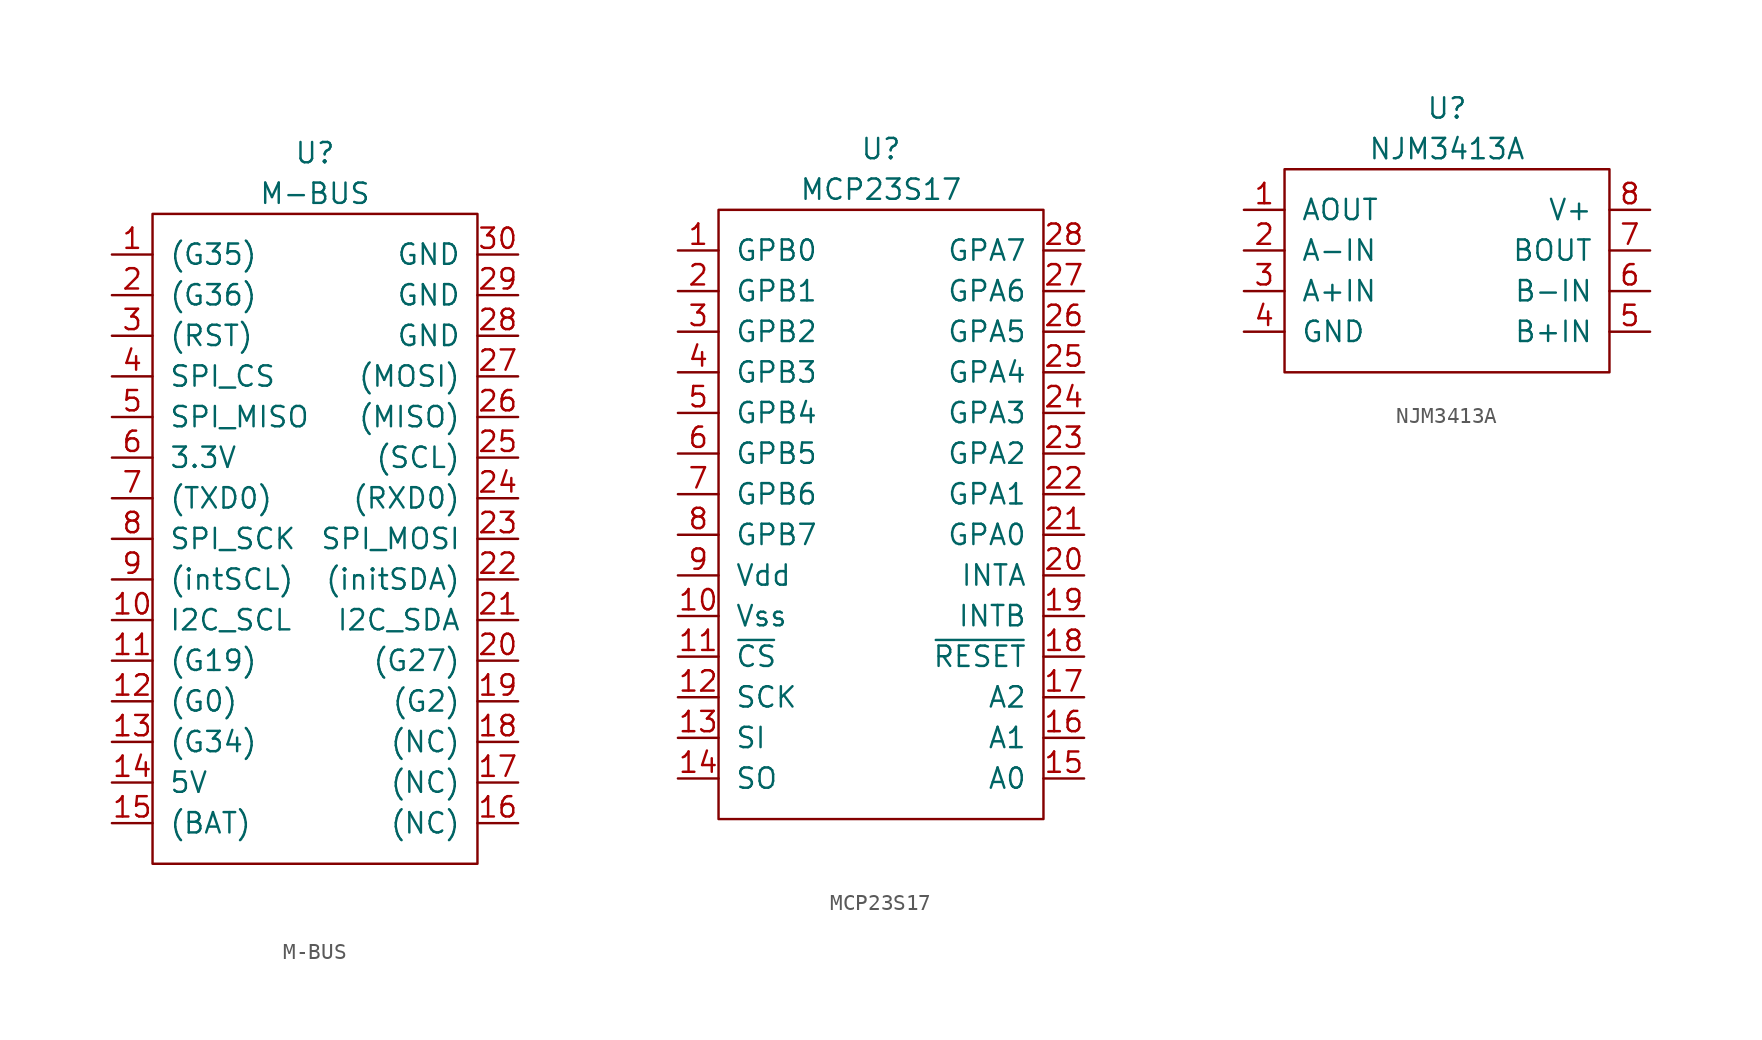
<source format=kicad_sym>
(kicad_symbol_lib
  (version 20211014)
  (generator kicad_symbol_editor)
  (symbol "M-BUS"
    (pin_names
      (offset 1.016))
    (property "Reference" "U"
      (at 0 22.86 0)
      (effects (font (size 1.27 1.27))))
    (property "Value" "M-BUS"
      (at 0 20.32 0)
      (effects (font (size 1.27 1.27))))
    (symbol "M-BUS_0_1"
      (rectangle (start -10.16 19.05) (end 10.16 -21.59) (stroke (width 0) (type default) (color 0 0 0 0)) (fill (type none))))
    (symbol "M-BUS_1_1"
      (pin output line (at -12.7 16.51 0) (length 2.54) (name "(G35)" (effects (font (size 1.27 1.27)))) (number "1" (effects (font (size 1.27 1.27)))))
      (pin output line (at -12.7 -6.35 0) (length 2.54) (name "I2C_SCL" (effects (font (size 1.27 1.27)))) (number "10" (effects (font (size 1.27 1.27)))))
      (pin output line (at -12.7 -8.89 0) (length 2.54) (name "(G19)" (effects (font (size 1.27 1.27)))) (number "11" (effects (font (size 1.27 1.27)))))
      (pin output line (at -12.7 -11.43 0) (length 2.54) (name "(G0)" (effects (font (size 1.27 1.27)))) (number "12" (effects (font (size 1.27 1.27)))))
      (pin output line (at -12.7 -13.97 0) (length 2.54) (name "(G34)" (effects (font (size 1.27 1.27)))) (number "13" (effects (font (size 1.27 1.27)))))
      (pin power_out line (at -12.7 -16.51 0) (length 2.54) (name "5V" (effects (font (size 1.27 1.27)))) (number "14" (effects (font (size 1.27 1.27)))))
      (pin power_out line (at -12.7 -19.05 0) (length 2.54) (name "(BAT)" (effects (font (size 1.27 1.27)))) (number "15" (effects (font (size 1.27 1.27)))))
      (pin output line (at 12.7 -19.05 180) (length 2.54) (name "(NC)" (effects (font (size 1.27 1.27)))) (number "16" (effects (font (size 1.27 1.27)))))
      (pin output line (at 12.7 -16.51 180) (length 2.54) (name "(NC)" (effects (font (size 1.27 1.27)))) (number "17" (effects (font (size 1.27 1.27)))))
      (pin output line (at 12.7 -13.97 180) (length 2.54) (name "(NC)" (effects (font (size 1.27 1.27)))) (number "18" (effects (font (size 1.27 1.27)))))
      (pin output line (at 12.7 -11.43 180) (length 2.54) (name "(G2)" (effects (font (size 1.27 1.27)))) (number "19" (effects (font (size 1.27 1.27)))))
      (pin output line (at -12.7 13.97 0) (length 2.54) (name "(G36)" (effects (font (size 1.27 1.27)))) (number "2" (effects (font (size 1.27 1.27)))))
      (pin output line (at 12.7 -8.89 180) (length 2.54) (name "(G27)" (effects (font (size 1.27 1.27)))) (number "20" (effects (font (size 1.27 1.27)))))
      (pin output line (at 12.7 -6.35 180) (length 2.54) (name "I2C_SDA" (effects (font (size 1.27 1.27)))) (number "21" (effects (font (size 1.27 1.27)))))
      (pin output line (at 12.7 -3.81 180) (length 2.54) (name "(initSDA)" (effects (font (size 1.27 1.27)))) (number "22" (effects (font (size 1.27 1.27)))))
      (pin output line (at 12.7 -1.27 180) (length 2.54) (name "SPI_MOSI" (effects (font (size 1.27 1.27)))) (number "23" (effects (font (size 1.27 1.27)))))
      (pin output line (at 12.7 1.27 180) (length 2.54) (name "(RXD0)" (effects (font (size 1.27 1.27)))) (number "24" (effects (font (size 1.27 1.27)))))
      (pin output line (at 12.7 3.81 180) (length 2.54) (name "(SCL)" (effects (font (size 1.27 1.27)))) (number "25" (effects (font (size 1.27 1.27)))))
      (pin output line (at 12.7 6.35 180) (length 2.54) (name "(MISO)" (effects (font (size 1.27 1.27)))) (number "26" (effects (font (size 1.27 1.27)))))
      (pin output line (at 12.7 8.89 180) (length 2.54) (name "(MOSI)" (effects (font (size 1.27 1.27)))) (number "27" (effects (font (size 1.27 1.27)))))
      (pin power_in line (at 12.7 11.43 180) (length 2.54) (name "GND" (effects (font (size 1.27 1.27)))) (number "28" (effects (font (size 1.27 1.27)))))
      (pin power_in line (at 12.7 13.97 180) (length 2.54) (name "GND" (effects (font (size 1.27 1.27)))) (number "29" (effects (font (size 1.27 1.27)))))
      (pin output line (at -12.7 11.43 0) (length 2.54) (name "(RST)" (effects (font (size 1.27 1.27)))) (number "3" (effects (font (size 1.27 1.27)))))
      (pin power_in line (at 12.7 16.51 180) (length 2.54) (name "GND" (effects (font (size 1.27 1.27)))) (number "30" (effects (font (size 1.27 1.27)))))
      (pin output line (at -12.7 8.89 0) (length 2.54) (name "SPI_CS" (effects (font (size 1.27 1.27)))) (number "4" (effects (font (size 1.27 1.27)))))
      (pin output line (at -12.7 6.35 0) (length 2.54) (name "SPI_MISO" (effects (font (size 1.27 1.27)))) (number "5" (effects (font (size 1.27 1.27)))))
      (pin power_out line (at -12.7 3.81 0) (length 2.54) (name "3.3V" (effects (font (size 1.27 1.27)))) (number "6" (effects (font (size 1.27 1.27)))))
      (pin output line (at -12.7 1.27 0) (length 2.54) (name "(TXD0)" (effects (font (size 1.27 1.27)))) (number "7" (effects (font (size 1.27 1.27)))))
      (pin output line (at -12.7 -1.27 0) (length 2.54) (name "SPI_SCK" (effects (font (size 1.27 1.27)))) (number "8" (effects (font (size 1.27 1.27)))))
      (pin output line (at -12.7 -3.81 0) (length 2.54) (name "(intSCL)" (effects (font (size 1.27 1.27)))) (number "9" (effects (font (size 1.27 1.27)))))))
  (symbol "MCP23S17"
    (pin_names
      (offset 1.016))
    (property "Reference" "U"
      (at 0 22.86 0)
      (effects (font (size 1.27 1.27))))
    (property "Value" "MCP23S17"
      (at 0 20.32 0)
      (effects (font (size 1.27 1.27))))
    (symbol "MCP23S17_0_1"
      (rectangle (start -10.16 19.05) (end 10.16 -19.05) (stroke (width 0) (type default) (color 0 0 0 0)) (fill (type none))))
    (symbol "MCP23S17_1_1"
      (pin bidirectional line (at -12.7 16.51 0) (length 2.54) (name "GPB0" (effects (font (size 1.27 1.27)))) (number "1" (effects (font (size 1.27 1.27)))))
      (pin power_in line (at -12.7 -6.35 0) (length 2.54) (name "Vss" (effects (font (size 1.27 1.27)))) (number "10" (effects (font (size 1.27 1.27)))))
      (pin input line (at -12.7 -8.89 0) (length 2.54) (name "~{CS}" (effects (font (size 1.27 1.27)))) (number "11" (effects (font (size 1.27 1.27)))))
      (pin input line (at -12.7 -11.43 0) (length 2.54) (name "SCK" (effects (font (size 1.27 1.27)))) (number "12" (effects (font (size 1.27 1.27)))))
      (pin input line (at -12.7 -13.97 0) (length 2.54) (name "SI" (effects (font (size 1.27 1.27)))) (number "13" (effects (font (size 1.27 1.27)))))
      (pin input line (at -12.7 -16.51 0) (length 2.54) (name "SO" (effects (font (size 1.27 1.27)))) (number "14" (effects (font (size 1.27 1.27)))))
      (pin input line (at 12.7 -16.51 180) (length 2.54) (name "A0" (effects (font (size 1.27 1.27)))) (number "15" (effects (font (size 1.27 1.27)))))
      (pin input line (at 12.7 -13.97 180) (length 2.54) (name "A1" (effects (font (size 1.27 1.27)))) (number "16" (effects (font (size 1.27 1.27)))))
      (pin input line (at 12.7 -11.43 180) (length 2.54) (name "A2" (effects (font (size 1.27 1.27)))) (number "17" (effects (font (size 1.27 1.27)))))
      (pin input line (at 12.7 -8.89 180) (length 2.54) (name "~{RESET}" (effects (font (size 1.27 1.27)))) (number "18" (effects (font (size 1.27 1.27)))))
      (pin input line (at 12.7 -6.35 180) (length 2.54) (name "INTB" (effects (font (size 1.27 1.27)))) (number "19" (effects (font (size 1.27 1.27)))))
      (pin bidirectional line (at -12.7 13.97 0) (length 2.54) (name "GPB1" (effects (font (size 1.27 1.27)))) (number "2" (effects (font (size 1.27 1.27)))))
      (pin input line (at 12.7 -3.81 180) (length 2.54) (name "INTA" (effects (font (size 1.27 1.27)))) (number "20" (effects (font (size 1.27 1.27)))))
      (pin bidirectional line (at 12.7 -1.27 180) (length 2.54) (name "GPA0" (effects (font (size 1.27 1.27)))) (number "21" (effects (font (size 1.27 1.27)))))
      (pin bidirectional line (at 12.7 1.27 180) (length 2.54) (name "GPA1" (effects (font (size 1.27 1.27)))) (number "22" (effects (font (size 1.27 1.27)))))
      (pin bidirectional line (at 12.7 3.81 180) (length 2.54) (name "GPA2" (effects (font (size 1.27 1.27)))) (number "23" (effects (font (size 1.27 1.27)))))
      (pin bidirectional line (at 12.7 6.35 180) (length 2.54) (name "GPA3" (effects (font (size 1.27 1.27)))) (number "24" (effects (font (size 1.27 1.27)))))
      (pin bidirectional line (at 12.7 8.89 180) (length 2.54) (name "GPA4" (effects (font (size 1.27 1.27)))) (number "25" (effects (font (size 1.27 1.27)))))
      (pin bidirectional line (at 12.7 11.43 180) (length 2.54) (name "GPA5" (effects (font (size 1.27 1.27)))) (number "26" (effects (font (size 1.27 1.27)))))
      (pin bidirectional line (at 12.7 13.97 180) (length 2.54) (name "GPA6" (effects (font (size 1.27 1.27)))) (number "27" (effects (font (size 1.27 1.27)))))
      (pin bidirectional line (at 12.7 16.51 180) (length 2.54) (name "GPA7" (effects (font (size 1.27 1.27)))) (number "28" (effects (font (size 1.27 1.27)))))
      (pin bidirectional line (at -12.7 11.43 0) (length 2.54) (name "GPB2" (effects (font (size 1.27 1.27)))) (number "3" (effects (font (size 1.27 1.27)))))
      (pin bidirectional line (at -12.7 8.89 0) (length 2.54) (name "GPB3" (effects (font (size 1.27 1.27)))) (number "4" (effects (font (size 1.27 1.27)))))
      (pin bidirectional line (at -12.7 6.35 0) (length 2.54) (name "GPB4" (effects (font (size 1.27 1.27)))) (number "5" (effects (font (size 1.27 1.27)))))
      (pin bidirectional line (at -12.7 3.81 0) (length 2.54) (name "GPB5" (effects (font (size 1.27 1.27)))) (number "6" (effects (font (size 1.27 1.27)))))
      (pin bidirectional line (at -12.7 1.27 0) (length 2.54) (name "GPB6" (effects (font (size 1.27 1.27)))) (number "7" (effects (font (size 1.27 1.27)))))
      (pin bidirectional line (at -12.7 -1.27 0) (length 2.54) (name "GPB7" (effects (font (size 1.27 1.27)))) (number "8" (effects (font (size 1.27 1.27)))))
      (pin power_in line (at -12.7 -3.81 0) (length 2.54) (name "Vdd" (effects (font (size 1.27 1.27)))) (number "9" (effects (font (size 1.27 1.27)))))))
  (symbol "NJM3413A"
    (pin_names
      (offset 1.016))
    (property "Reference" "U"
      (at 0 10.16 0)
      (effects (font (size 1.27 1.27))))
    (property "Value" "NJM3413A"
      (at 0 7.62 0)
      (effects (font (size 1.27 1.27))))
    (symbol "NJM3413A_0_1"
      (rectangle (start -10.16 6.35) (end 10.16 -6.35) (stroke (width 0) (type default) (color 0 0 0 0)) (fill (type none))))
    (symbol "NJM3413A_1_1"
      (pin output line (at -12.7 3.81 0) (length 2.54) (name "AOUT" (effects (font (size 1.27 1.27)))) (number "1" (effects (font (size 1.27 1.27)))))
      (pin input line (at -12.7 1.27 0) (length 2.54) (name "A-IN" (effects (font (size 1.27 1.27)))) (number "2" (effects (font (size 1.27 1.27)))))
      (pin input line (at -12.7 -1.27 0) (length 2.54) (name "A+IN" (effects (font (size 1.27 1.27)))) (number "3" (effects (font (size 1.27 1.27)))))
      (pin power_in line (at -12.7 -3.81 0) (length 2.54) (name "GND" (effects (font (size 1.27 1.27)))) (number "4" (effects (font (size 1.27 1.27)))))
      (pin input line (at 12.7 -3.81 180) (length 2.54) (name "B+IN" (effects (font (size 1.27 1.27)))) (number "5" (effects (font (size 1.27 1.27)))))
      (pin input line (at 12.7 -1.27 180) (length 2.54) (name "B-IN" (effects (font (size 1.27 1.27)))) (number "6" (effects (font (size 1.27 1.27)))))
      (pin output line (at 12.7 1.27 180) (length 2.54) (name "BOUT" (effects (font (size 1.27 1.27)))) (number "7" (effects (font (size 1.27 1.27)))))
      (pin power_in line (at 12.7 3.81 180) (length 2.54) (name "V+" (effects (font (size 1.27 1.27)))) (number "8" (effects (font (size 1.27 1.27))))))))
</source>
